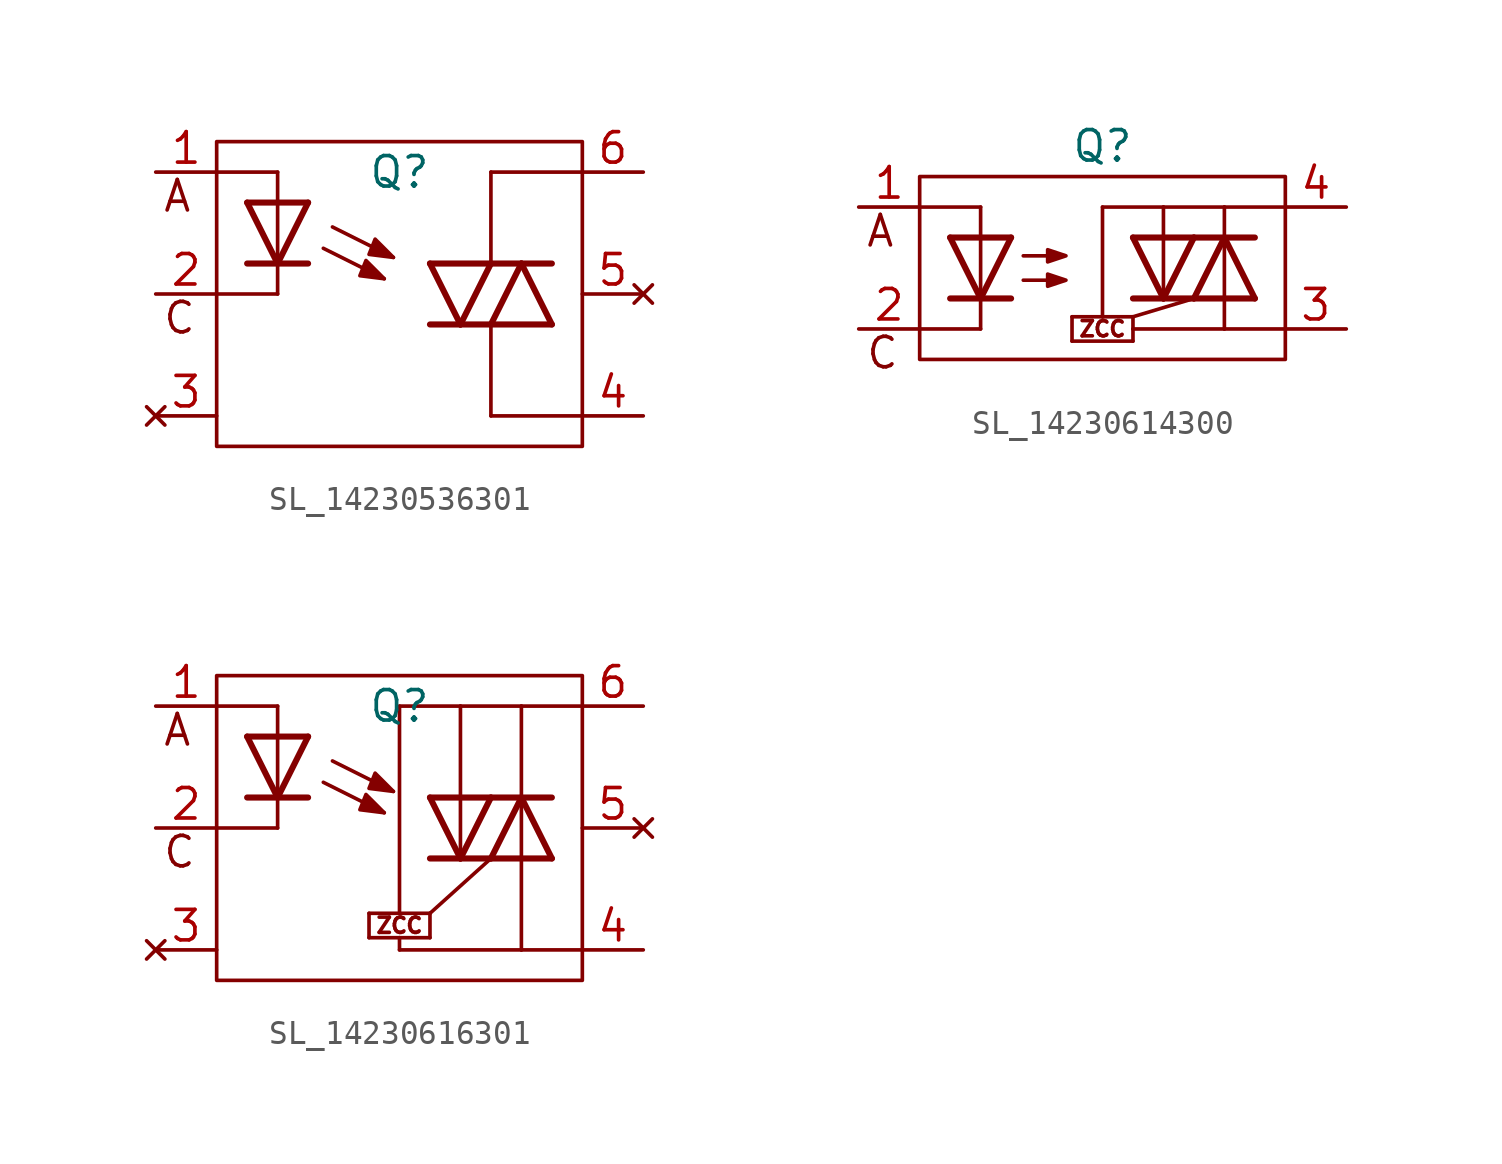
<source format=kicad_sym>
(kicad_symbol_lib
  (version 20220914)
  (generator kicad_symbol_editor)
  (symbol "SL_14230536301"
    (pin_names hide)
    (property "Reference" "Q"
      (at 0 5.08 0)
      (effects (font (size 1.27 1.27))))
    (symbol "SL_14230536301_0_0"
      (rectangle (start -7.62 6.35) (end 7.62 -6.35) (stroke (width 0) (type default)) (fill (type none)))
      (polyline (pts (xy -5.08 0) (xy -7.62 0)) (stroke (width 0.152) (type default)) (fill (type none)))
      (polyline (pts (xy -5.08 1.27) (xy -6.35 1.27)) (stroke (width 0.254) (type default)) (fill (type none)))
      (polyline (pts (xy -5.08 1.27) (xy -6.35 3.81)) (stroke (width 0.254) (type default)) (fill (type none)))
      (polyline (pts (xy -5.08 1.27) (xy -5.08 0)) (stroke (width 0.152) (type default)) (fill (type none)))
      (polyline (pts (xy -5.08 3.81) (xy -6.35 3.81)) (stroke (width 0.254) (type default)) (fill (type none)))
      (polyline (pts (xy -5.08 3.81) (xy -5.08 1.27)) (stroke (width 0.152) (type default)) (fill (type none)))
      (polyline (pts (xy -5.08 3.81) (xy -5.08 5.08)) (stroke (width 0.152) (type default)) (fill (type none)))
      (polyline (pts (xy -5.08 5.08) (xy -7.62 5.08)) (stroke (width 0.152) (type default)) (fill (type none)))
      (polyline (pts (xy -3.81 1.27) (xy -5.08 1.27)) (stroke (width 0.254) (type default)) (fill (type none)))
      (polyline (pts (xy -3.81 3.81) (xy -5.08 1.27)) (stroke (width 0.254) (type default)) (fill (type none)))
      (polyline (pts (xy -3.81 3.81) (xy -5.08 3.81)) (stroke (width 0.254) (type default)) (fill (type none)))
      (polyline (pts (xy -3.175 1.905) (xy -0.635 0.635)) (stroke (width 0.152) (type default)) (fill (type none)))
      (polyline (pts (xy -2.794 2.794) (xy -0.254 1.524)) (stroke (width 0.152) (type default)) (fill (type none)))
      (polyline (pts (xy 2.54 -1.27) (xy 1.27 -1.27)) (stroke (width 0.254) (type default)) (fill (type none)))
      (polyline (pts (xy 2.54 -1.27) (xy 1.27 1.27)) (stroke (width 0.254) (type default)) (fill (type none)))
      (polyline (pts (xy 3.81 -1.27) (xy 2.54 -1.27)) (stroke (width 0.254) (type default)) (fill (type none)))
      (polyline (pts (xy 3.81 -1.27) (xy 3.81 -5.08)) (stroke (width 0.152) (type default)) (fill (type none)))
      (polyline (pts (xy 3.81 -1.27) (xy 5.08 1.27)) (stroke (width 0.254) (type default)) (fill (type none)))
      (polyline (pts (xy 3.81 -1.27) (xy 6.35 -1.27)) (stroke (width 0.254) (type default)) (fill (type none)))
      (polyline (pts (xy 3.81 1.27) (xy 1.27 1.27)) (stroke (width 0.254) (type default)) (fill (type none)))
      (polyline (pts (xy 3.81 1.27) (xy 2.54 -1.27)) (stroke (width 0.254) (type default)) (fill (type none)))
      (polyline (pts (xy 3.81 1.27) (xy 3.81 5.08)) (stroke (width 0.152) (type default)) (fill (type none)))
      (polyline (pts (xy 3.81 1.27) (xy 5.08 1.27)) (stroke (width 0.254) (type default)) (fill (type none)))
      (polyline (pts (xy 5.08 1.27) (xy 6.35 -1.27)) (stroke (width 0.254) (type default)) (fill (type none)))
      (polyline (pts (xy 5.08 1.27) (xy 6.35 1.27)) (stroke (width 0.254) (type default)) (fill (type none)))
      (polyline (pts (xy 7.62 -5.08) (xy 3.81 -5.08)) (stroke (width 0.152) (type default)) (fill (type none)))
      (polyline (pts (xy 7.62 5.08) (xy 3.81 5.08)) (stroke (width 0.152) (type default)) (fill (type none)))
      (polyline (pts (xy -1.397 1.397) (xy -0.635 0.635) (xy -1.651 0.762) (xy -1.397 1.397)) (stroke (width 0.152) (type default)) (fill (type outline)))
      (polyline (pts (xy -1.016 2.286) (xy -0.254 1.524) (xy -1.27 1.651) (xy -1.016 2.286)) (stroke (width 0.152) (type default)) (fill (type outline)))
      (text "A" (at -9.906 4.826 0) (effects (font (size 1.27 1.27)) (justify left top)))
      (text "C" (at -9.906 -0.254 0) (effects (font (size 1.27 1.27)) (justify left top))))
    (symbol "SL_14230536301_1_0"
      (pin passive line (at -10.16 5.08 0) (length 2.54) (name "Anode" (effects (font (size 1.27 1.27)))) (number "1" (effects (font (size 1.27 1.27)))))
      (pin passive line (at -10.16 0 0) (length 2.54) (name "Cathode" (effects (font (size 1.27 1.27)))) (number "2" (effects (font (size 1.27 1.27)))))
      (pin no_connect line (at -10.16 -5.08 0) (length 2.54) (name "NC" (effects (font (size 1.27 1.27)))) (number "3" (effects (font (size 1.27 1.27)))))
      (pin passive line (at 10.16 -5.08 180) (length 2.54) (name "Teminal" (effects (font (size 1.27 1.27)))) (number "4" (effects (font (size 1.27 1.27)))))
      (pin no_connect line (at 10.16 0 180) (length 2.54) (name "NC" (effects (font (size 1.27 1.27)))) (number "5" (effects (font (size 1.27 1.27)))))
      (pin passive line (at 10.16 5.08 180) (length 2.54) (name "Teminal" (effects (font (size 1.27 1.27)))) (number "6" (effects (font (size 1.27 1.27)))))))
  (symbol "SL_14230614300"
    (pin_names hide)
    (property "Reference" "Q"
      (at 0 5.08 0)
      (effects (font (size 1.27 1.27))))
    (symbol "SL_14230614300_0_0"
      (polyline (pts (xy -5.08 -2.54) (xy -7.62 -2.54)) (stroke (width 0.152) (type default)) (fill (type none)))
      (polyline (pts (xy -5.08 -1.27) (xy -6.35 -1.27)) (stroke (width 0.254) (type default)) (fill (type none)))
      (polyline (pts (xy -5.08 -1.27) (xy -6.35 1.27)) (stroke (width 0.254) (type default)) (fill (type none)))
      (polyline (pts (xy -5.08 -1.27) (xy -5.08 -2.54)) (stroke (width 0.152) (type default)) (fill (type none)))
      (polyline (pts (xy -5.08 1.27) (xy -6.35 1.27)) (stroke (width 0.254) (type default)) (fill (type none)))
      (polyline (pts (xy -5.08 1.27) (xy -5.08 -1.27)) (stroke (width 0.152) (type default)) (fill (type none)))
      (polyline (pts (xy -5.08 1.27) (xy -5.08 2.54)) (stroke (width 0.152) (type default)) (fill (type none)))
      (polyline (pts (xy -3.81 -1.27) (xy -5.08 -1.27)) (stroke (width 0.254) (type default)) (fill (type none)))
      (polyline (pts (xy -3.81 1.27) (xy -5.08 -1.27)) (stroke (width 0.254) (type default)) (fill (type none)))
      (polyline (pts (xy -3.81 1.27) (xy -5.08 1.27)) (stroke (width 0.254) (type default)) (fill (type none)))
      (polyline (pts (xy -3.302 -0.508) (xy -2.032 -0.508)) (stroke (width 0.152) (type default)) (fill (type none)))
      (polyline (pts (xy -3.302 0.508) (xy -2.032 0.508)) (stroke (width 0.152) (type default)) (fill (type none)))
      (polyline (pts (xy -1.27 -3.048) (xy -1.27 -2.032)) (stroke (width 0.152) (type default)) (fill (type none)))
      (polyline (pts (xy -1.27 -2.032) (xy 0 -2.032)) (stroke (width 0.152) (type default)) (fill (type none)))
      (polyline (pts (xy 0 -2.032) (xy 1.27 -2.032)) (stroke (width 0.152) (type default)) (fill (type none)))
      (polyline (pts (xy 0 2.54) (xy 0 -2.032)) (stroke (width 0.152) (type default)) (fill (type none)))
      (polyline (pts (xy 1.27 -3.048) (xy -1.27 -3.048)) (stroke (width 0.152) (type default)) (fill (type none)))
      (polyline (pts (xy 1.27 -2.54) (xy 1.27 -3.048)) (stroke (width 0.152) (type default)) (fill (type none)))
      (polyline (pts (xy 1.27 -2.54) (xy 5.08 -2.54)) (stroke (width 0.152) (type default)) (fill (type none)))
      (polyline (pts (xy 1.27 -2.032) (xy 1.27 -2.54)) (stroke (width 0.152) (type default)) (fill (type none)))
      (polyline (pts (xy 2.54 -1.27) (xy 1.27 -1.27)) (stroke (width 0.254) (type default)) (fill (type none)))
      (polyline (pts (xy 2.54 -1.27) (xy 1.27 1.27)) (stroke (width 0.254) (type default)) (fill (type none)))
      (polyline (pts (xy 2.54 1.27) (xy 1.27 1.27)) (stroke (width 0.254) (type default)) (fill (type none)))
      (polyline (pts (xy 2.54 1.27) (xy 2.54 -1.27)) (stroke (width 0.152) (type default)) (fill (type none)))
      (polyline (pts (xy 2.54 1.27) (xy 2.54 2.54)) (stroke (width 0.152) (type default)) (fill (type none)))
      (polyline (pts (xy 2.54 2.54) (xy 0 2.54)) (stroke (width 0.152) (type default)) (fill (type none)))
      (polyline (pts (xy 3.81 -1.27) (xy 1.27 -2.032)) (stroke (width 0.152) (type default)) (fill (type none)))
      (polyline (pts (xy 3.81 -1.27) (xy 2.54 -1.27)) (stroke (width 0.254) (type default)) (fill (type none)))
      (polyline (pts (xy 3.81 -1.27) (xy 5.08 -1.27)) (stroke (width 0.254) (type default)) (fill (type none)))
      (polyline (pts (xy 3.81 -1.27) (xy 5.08 1.27)) (stroke (width 0.254) (type default)) (fill (type none)))
      (polyline (pts (xy 3.81 1.27) (xy 2.54 -1.27)) (stroke (width 0.254) (type default)) (fill (type none)))
      (polyline (pts (xy 3.81 1.27) (xy 2.54 1.27)) (stroke (width 0.254) (type default)) (fill (type none)))
      (polyline (pts (xy 3.81 1.27) (xy 5.08 1.27)) (stroke (width 0.254) (type default)) (fill (type none)))
      (polyline (pts (xy 5.08 -1.27) (xy 5.08 -2.54)) (stroke (width 0.152) (type default)) (fill (type none)))
      (polyline (pts (xy 5.08 -1.27) (xy 5.08 1.27)) (stroke (width 0.152) (type default)) (fill (type none)))
      (polyline (pts (xy 5.08 -1.27) (xy 6.35 -1.27)) (stroke (width 0.254) (type default)) (fill (type none)))
      (polyline (pts (xy 5.08 1.27) (xy 5.08 2.54)) (stroke (width 0.152) (type default)) (fill (type none)))
      (polyline (pts (xy 5.08 1.27) (xy 6.35 -1.27)) (stroke (width 0.254) (type default)) (fill (type none)))
      (polyline (pts (xy 5.08 1.27) (xy 6.35 1.27)) (stroke (width 0.254) (type default)) (fill (type none)))
      (polyline (pts (xy 5.08 2.54) (xy 2.54 2.54)) (stroke (width 0.152) (type default)) (fill (type none)))
      (polyline (pts (xy 7.62 -2.54) (xy 5.08 -2.54)) (stroke (width 0.152) (type default)) (fill (type none)))
      (polyline (pts (xy 7.62 2.54) (xy 5.08 2.54)) (stroke (width 0.152) (type default)) (fill (type none)))
      (polyline (pts (xy -2.286 -0.254) (xy -1.524 -0.508) (xy -2.286 -0.762) (xy -2.286 -0.254)) (stroke (width 0.152) (type default)) (fill (type outline)))
      (polyline (pts (xy -2.286 0.762) (xy -1.524 0.508) (xy -2.286 0.254) (xy -2.286 0.762)) (stroke (width 0.152) (type default)) (fill (type outline)))
      (text "A" (at -9.906 2.286 0) (effects (font (size 1.27 1.27)) (justify left top)))
      (text "C" (at -9.906 -2.794 0) (effects (font (size 1.27 1.27)) (justify left top))))
    (symbol "SL_14230614300_0_1"
      (rectangle (start -7.62 3.81) (end 7.62 -3.81) (stroke (width 0) (type default)) (fill (type none))))
    (symbol "SL_14230614300_1_0"
      (polyline (pts (xy -5.08 2.54) (xy -7.62 2.54)) (stroke (width 0.152) (type default)) (fill (type none)))
      (text "ZCC" (at 0 -2.54 0) (effects (font (size 0.635 0.635))))
      (pin passive line (at -10.16 2.54 0) (length 2.54) (name "Anode" (effects (font (size 1.27 1.27)))) (number "1" (effects (font (size 1.27 1.27)))))
      (pin passive line (at -10.16 -2.54 0) (length 2.54) (name "Cathode" (effects (font (size 1.27 1.27)))) (number "2" (effects (font (size 1.27 1.27)))))
      (pin passive line (at 10.16 -2.54 180) (length 2.54) (name "Teminal" (effects (font (size 1.27 1.27)))) (number "3" (effects (font (size 1.27 1.27)))))
      (pin passive line (at 10.16 2.54 180) (length 2.54) (name "Teminal" (effects (font (size 1.27 1.27)))) (number "4" (effects (font (size 1.27 1.27)))))))
  (symbol "SL_14230616301"
    (pin_names hide)
    (property "Reference" "Q"
      (at 0 5.08 0)
      (effects (font (size 1.27 1.27))))
    (symbol "SL_14230616301_0_0"
      (rectangle (start -7.62 6.35) (end 7.62 -6.35) (stroke (width 0) (type default)) (fill (type none)))
      (polyline (pts (xy -5.08 0) (xy -7.62 0)) (stroke (width 0.152) (type default)) (fill (type none)))
      (polyline (pts (xy -5.08 1.27) (xy -6.35 1.27)) (stroke (width 0.254) (type default)) (fill (type none)))
      (polyline (pts (xy -5.08 1.27) (xy -6.35 3.81)) (stroke (width 0.254) (type default)) (fill (type none)))
      (polyline (pts (xy -5.08 1.27) (xy -5.08 0)) (stroke (width 0.152) (type default)) (fill (type none)))
      (polyline (pts (xy -5.08 3.81) (xy -6.35 3.81)) (stroke (width 0.254) (type default)) (fill (type none)))
      (polyline (pts (xy -5.08 3.81) (xy -5.08 1.27)) (stroke (width 0.152) (type default)) (fill (type none)))
      (polyline (pts (xy -5.08 3.81) (xy -5.08 5.08)) (stroke (width 0.152) (type default)) (fill (type none)))
      (polyline (pts (xy -5.08 5.08) (xy -7.62 5.08)) (stroke (width 0.152) (type default)) (fill (type none)))
      (polyline (pts (xy -3.81 1.27) (xy -5.08 1.27)) (stroke (width 0.254) (type default)) (fill (type none)))
      (polyline (pts (xy -3.81 3.81) (xy -5.08 1.27)) (stroke (width 0.254) (type default)) (fill (type none)))
      (polyline (pts (xy -3.81 3.81) (xy -5.08 3.81)) (stroke (width 0.254) (type default)) (fill (type none)))
      (polyline (pts (xy -3.175 1.905) (xy -0.635 0.635)) (stroke (width 0.152) (type default)) (fill (type none)))
      (polyline (pts (xy -2.794 2.794) (xy -0.254 1.524)) (stroke (width 0.152) (type default)) (fill (type none)))
      (polyline (pts (xy -1.27 -4.572) (xy -1.27 -3.556)) (stroke (width 0.152) (type default)) (fill (type none)))
      (polyline (pts (xy -1.27 -3.556) (xy 0 -3.556)) (stroke (width 0.152) (type default)) (fill (type none)))
      (polyline (pts (xy 0 -5.08) (xy 5.08 -5.08)) (stroke (width 0.152) (type default)) (fill (type none)))
      (polyline (pts (xy 0 -4.572) (xy -1.27 -4.572)) (stroke (width 0.152) (type default)) (fill (type none)))
      (polyline (pts (xy 0 -4.572) (xy 0 -5.08)) (stroke (width 0.152) (type default)) (fill (type none)))
      (polyline (pts (xy 0 -3.556) (xy 1.27 -3.556)) (stroke (width 0.152) (type default)) (fill (type none)))
      (polyline (pts (xy 0 5.08) (xy 0 -3.556)) (stroke (width 0.152) (type default)) (fill (type none)))
      (polyline (pts (xy 1.27 -4.572) (xy 0 -4.572)) (stroke (width 0.152) (type default)) (fill (type none)))
      (polyline (pts (xy 1.27 -3.556) (xy 1.27 -4.572)) (stroke (width 0.152) (type default)) (fill (type none)))
      (polyline (pts (xy 1.27 -3.556) (xy 3.81 -1.27)) (stroke (width 0.152) (type default)) (fill (type none)))
      (polyline (pts (xy 2.54 -1.27) (xy 1.27 -1.27)) (stroke (width 0.254) (type default)) (fill (type none)))
      (polyline (pts (xy 2.54 -1.27) (xy 1.27 1.27)) (stroke (width 0.254) (type default)) (fill (type none)))
      (polyline (pts (xy 2.54 1.27) (xy 1.27 1.27)) (stroke (width 0.254) (type default)) (fill (type none)))
      (polyline (pts (xy 2.54 1.27) (xy 2.54 -1.27)) (stroke (width 0.152) (type default)) (fill (type none)))
      (polyline (pts (xy 2.54 1.27) (xy 2.54 5.08)) (stroke (width 0.152) (type default)) (fill (type none)))
      (polyline (pts (xy 2.54 5.08) (xy 0 5.08)) (stroke (width 0.152) (type default)) (fill (type none)))
      (polyline (pts (xy 3.81 -1.27) (xy 2.54 -1.27)) (stroke (width 0.254) (type default)) (fill (type none)))
      (polyline (pts (xy 3.81 -1.27) (xy 5.08 -1.27)) (stroke (width 0.254) (type default)) (fill (type none)))
      (polyline (pts (xy 3.81 -1.27) (xy 5.08 1.27)) (stroke (width 0.254) (type default)) (fill (type none)))
      (polyline (pts (xy 3.81 1.27) (xy 2.54 -1.27)) (stroke (width 0.254) (type default)) (fill (type none)))
      (polyline (pts (xy 3.81 1.27) (xy 2.54 1.27)) (stroke (width 0.254) (type default)) (fill (type none)))
      (polyline (pts (xy 3.81 1.27) (xy 5.08 1.27)) (stroke (width 0.254) (type default)) (fill (type none)))
      (polyline (pts (xy 5.08 -1.27) (xy 5.08 -5.08)) (stroke (width 0.152) (type default)) (fill (type none)))
      (polyline (pts (xy 5.08 -1.27) (xy 5.08 1.27)) (stroke (width 0.152) (type default)) (fill (type none)))
      (polyline (pts (xy 5.08 -1.27) (xy 6.35 -1.27)) (stroke (width 0.254) (type default)) (fill (type none)))
      (polyline (pts (xy 5.08 1.27) (xy 5.08 5.08)) (stroke (width 0.152) (type default)) (fill (type none)))
      (polyline (pts (xy 5.08 1.27) (xy 6.35 -1.27)) (stroke (width 0.254) (type default)) (fill (type none)))
      (polyline (pts (xy 5.08 1.27) (xy 6.35 1.27)) (stroke (width 0.254) (type default)) (fill (type none)))
      (polyline (pts (xy 5.08 5.08) (xy 2.54 5.08)) (stroke (width 0.152) (type default)) (fill (type none)))
      (polyline (pts (xy 7.62 -5.08) (xy 5.08 -5.08)) (stroke (width 0.152) (type default)) (fill (type none)))
      (polyline (pts (xy 7.62 5.08) (xy 5.08 5.08)) (stroke (width 0.152) (type default)) (fill (type none)))
      (polyline (pts (xy -1.397 1.397) (xy -0.635 0.635) (xy -1.651 0.762) (xy -1.397 1.397)) (stroke (width 0.152) (type default)) (fill (type outline)))
      (polyline (pts (xy -1.016 2.286) (xy -0.254 1.524) (xy -1.27 1.651) (xy -1.016 2.286)) (stroke (width 0.152) (type default)) (fill (type outline)))
      (text "A" (at -9.906 4.826 0) (effects (font (size 1.27 1.27)) (justify left top)))
      (text "C" (at -9.906 -0.254 0) (effects (font (size 1.27 1.27)) (justify left top))))
    (symbol "SL_14230616301_1_0"
      (text "ZCC" (at 0 -4.064 0) (effects (font (size 0.635 0.635))))
      (pin passive line (at -10.16 5.08 0) (length 2.54) (name "Anode" (effects (font (size 1.27 1.27)))) (number "1" (effects (font (size 1.27 1.27)))))
      (pin passive line (at -10.16 0 0) (length 2.54) (name "Cathode" (effects (font (size 1.27 1.27)))) (number "2" (effects (font (size 1.27 1.27)))))
      (pin no_connect line (at -10.16 -5.08 0) (length 2.54) (name "NC" (effects (font (size 1.27 1.27)))) (number "3" (effects (font (size 1.27 1.27)))))
      (pin passive line (at 10.16 -5.08 180) (length 2.54) (name "Teminal" (effects (font (size 1.27 1.27)))) (number "4" (effects (font (size 1.27 1.27)))))
      (pin no_connect line (at 10.16 0 180) (length 2.54) (name "NC" (effects (font (size 1.27 1.27)))) (number "5" (effects (font (size 1.27 1.27)))))
      (pin passive line (at 10.16 5.08 180) (length 2.54) (name "Teminal" (effects (font (size 1.27 1.27)))) (number "6" (effects (font (size 1.27 1.27))))))))
</source>
